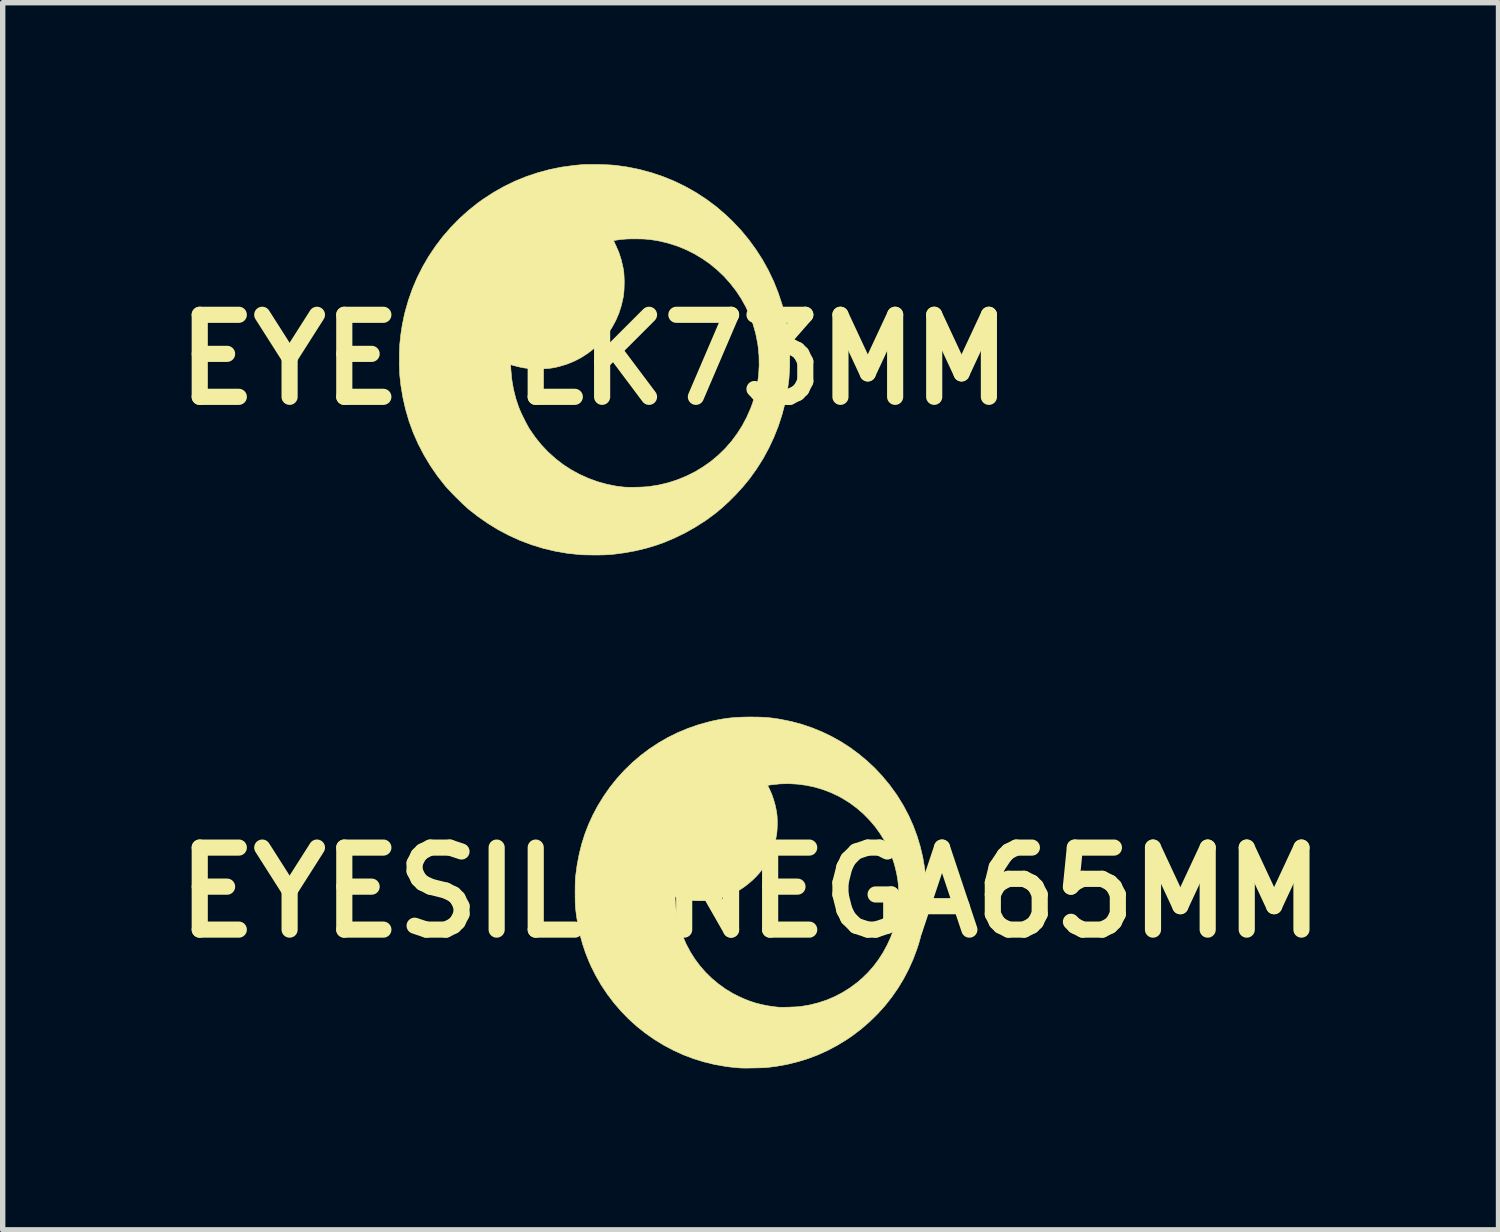
<source format=kicad_pcb>
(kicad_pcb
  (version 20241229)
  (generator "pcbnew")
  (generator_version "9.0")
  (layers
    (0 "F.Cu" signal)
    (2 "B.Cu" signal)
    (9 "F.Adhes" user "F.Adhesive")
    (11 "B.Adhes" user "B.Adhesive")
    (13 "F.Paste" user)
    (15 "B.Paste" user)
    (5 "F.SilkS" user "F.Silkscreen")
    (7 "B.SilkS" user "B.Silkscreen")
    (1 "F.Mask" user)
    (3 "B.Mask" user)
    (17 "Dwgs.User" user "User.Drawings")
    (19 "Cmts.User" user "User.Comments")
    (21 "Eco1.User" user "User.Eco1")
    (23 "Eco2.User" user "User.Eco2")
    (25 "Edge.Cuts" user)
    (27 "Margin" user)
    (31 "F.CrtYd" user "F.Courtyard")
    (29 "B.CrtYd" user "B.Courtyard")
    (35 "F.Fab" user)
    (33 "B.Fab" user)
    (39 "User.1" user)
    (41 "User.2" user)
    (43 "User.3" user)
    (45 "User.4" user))
  (footprint "EYESILKNEGA65MM"
    (layer "F.Cu")
    (at 10.893 13.529)
    (property "Reference" "EYESILKNEGA65MM" (at 0 0 0) (layer "F.SilkS") (effects (font (size 1.524 1.524) (thickness 0.3))))
    (attr through_hole)
    (fp_poly (pts (xy 0.087 -3.259) (xy 0.161 -3.258) (xy 0.227 -3.255) (xy 0.289 -3.252) (xy 0.349 -3.246) (xy 0.41 -3.239) (xy 0.474 -3.23) (xy 0.545 -3.219) (xy 0.555 -3.217) (xy 0.753 -3.177) (xy 0.948 -3.125) (xy 1.138 -3.061) (xy 1.324 -2.985) (xy 1.505 -2.898) (xy 1.68 -2.8) (xy 1.849 -2.691) (xy 2.01 -2.572) (xy 2.165 -2.443) (xy 2.312 -2.305) (xy 2.45 -2.157) (xy 2.58 -2) (xy 2.7 -1.835) (xy 2.736 -1.782) (xy 2.843 -1.606) (xy 2.938 -1.426) (xy 3.02 -1.242) (xy 3.091 -1.052) (xy 3.15 -0.857) (xy 3.198 -0.656) (xy 3.233 -0.45) (xy 3.248 -0.333) (xy 3.252 -0.291) (xy 3.255 -0.239) (xy 3.257 -0.179) (xy 3.259 -0.114) (xy 3.26 -0.046) (xy 3.26 0.024) (xy 3.26 0.091) (xy 3.259 0.155) (xy 3.257 0.213) (xy 3.255 0.262) (xy 3.251 0.3) (xy 3.234 0.442) (xy 3.213 0.575) (xy 3.188 0.701) (xy 3.158 0.823) (xy 3.124 0.945) (xy 3.094 1.038) (xy 3.022 1.232) (xy 2.939 1.419) (xy 2.844 1.601) (xy 2.739 1.775) (xy 2.623 1.942) (xy 2.497 2.102) (xy 2.361 2.253) (xy 2.215 2.396) (xy 2.06 2.531) (xy 1.896 2.656) (xy 1.788 2.73) (xy 1.615 2.836) (xy 1.439 2.93) (xy 1.257 3.013) (xy 1.071 3.084) (xy 0.879 3.143) (xy 0.681 3.192) (xy 0.477 3.229) (xy 0.31 3.25) (xy 0.288 3.252) (xy 0.256 3.254) (xy 0.215 3.255) (xy 0.167 3.257) (xy 0.116 3.258) (xy 0.062 3.259) (xy 0.008 3.26) (xy -0.044 3.261) (xy -0.092 3.261) (xy -0.134 3.261) (xy -0.168 3.26) (xy -0.191 3.259) (xy -0.196 3.259) (xy -0.258 3.254) (xy -0.309 3.249) (xy -0.354 3.244) (xy -0.393 3.24) (xy -0.431 3.235) (xy -0.467 3.23) (xy -0.667 3.195) (xy -0.865 3.147) (xy -1.06 3.087) (xy -1.25 3.015) (xy -1.436 2.93) (xy -1.617 2.834) (xy -1.787 2.73) (xy -1.955 2.612) (xy -2.115 2.485) (xy -2.267 2.347) (xy -2.409 2.201) (xy -2.542 2.046) (xy -2.665 1.883) (xy -2.778 1.713) (xy -2.88 1.536) (xy -2.971 1.353) (xy -3.002 1.282) (xy -3.067 1.119) (xy -3.122 0.953) (xy -3.169 0.783) (xy -3.207 0.607) (xy -3.236 0.422) (xy -3.251 0.3) (xy -3.254 0.269) (xy -3.256 0.226) (xy -3.258 0.175) (xy -3.259 0.118) (xy -3.259 0.079) (xy -1.403 0.079) (xy -1.403 0.097) (xy -1.402 0.116) (xy -1.401 0.145) (xy -1.398 0.181) (xy -1.395 0.22) (xy -1.392 0.259) (xy -1.388 0.296) (xy -1.385 0.325) (xy -1.383 0.339) (xy -1.354 0.502) (xy -1.313 0.659) (xy -1.26 0.812) (xy -1.196 0.96) (xy -1.121 1.101) (xy -1.036 1.236) (xy -0.94 1.364) (xy -0.835 1.484) (xy -0.72 1.596) (xy -0.597 1.699) (xy -0.465 1.794) (xy -0.325 1.878) (xy -0.221 1.931) (xy -0.114 1.979) (xy -0.009 2.02) (xy 0.097 2.054) (xy 0.207 2.082) (xy 0.322 2.105) (xy 0.447 2.123) (xy 0.512 2.13) (xy 0.534 2.131) (xy 0.566 2.132) (xy 0.607 2.132) (xy 0.653 2.131) (xy 0.703 2.13) (xy 0.753 2.128) (xy 0.803 2.126) (xy 0.848 2.124) (xy 0.887 2.122) (xy 0.917 2.119) (xy 0.926 2.118) (xy 1.093 2.09) (xy 1.254 2.05) (xy 1.41 1.999) (xy 1.56 1.935) (xy 1.705 1.86) (xy 1.844 1.773) (xy 1.978 1.674) (xy 2.077 1.589) (xy 2.184 1.484) (xy 2.285 1.369) (xy 2.378 1.245) (xy 2.462 1.114) (xy 2.536 0.977) (xy 2.601 0.837) (xy 2.653 0.694) (xy 2.671 0.633) (xy 2.698 0.532) (xy 2.719 0.437) (xy 2.734 0.344) (xy 2.743 0.248) (xy 2.749 0.147) (xy 2.75 0.055) (xy 2.75 -0.018) (xy 2.748 -0.083) (xy 2.744 -0.141) (xy 2.739 -0.196) (xy 2.731 -0.251) (xy 2.721 -0.31) (xy 2.711 -0.364) (xy 2.673 -0.52) (xy 2.623 -0.672) (xy 2.561 -0.82) (xy 2.488 -0.962) (xy 2.405 -1.097) (xy 2.311 -1.227) (xy 2.207 -1.348) (xy 2.095 -1.462) (xy 1.973 -1.568) (xy 1.843 -1.664) (xy 1.705 -1.75) (xy 1.635 -1.789) (xy 1.49 -1.857) (xy 1.34 -1.914) (xy 1.186 -1.959) (xy 1.029 -1.992) (xy 0.87 -2.013) (xy 0.709 -2.022) (xy 0.548 -2.018) (xy 0.389 -2.001) (xy 0.359 -1.997) (xy 0.316 -1.99) (xy 0.354 -1.913) (xy 0.393 -1.825) (xy 0.427 -1.727) (xy 0.456 -1.626) (xy 0.478 -1.523) (xy 0.489 -1.449) (xy 0.493 -1.406) (xy 0.495 -1.354) (xy 0.496 -1.296) (xy 0.495 -1.236) (xy 0.493 -1.179) (xy 0.489 -1.126) (xy 0.486 -1.095) (xy 0.463 -0.968) (xy 0.428 -0.842) (xy 0.381 -0.719) (xy 0.324 -0.6) (xy 0.257 -0.488) (xy 0.181 -0.383) (xy 0.167 -0.367) (xy 0.109 -0.302) (xy 0.042 -0.236) (xy -0.03 -0.173) (xy -0.103 -0.115) (xy -0.175 -0.066) (xy -0.183 -0.061) (xy -0.226 -0.036) (xy -0.276 -0.009) (xy -0.329 0.017) (xy -0.382 0.042) (xy -0.428 0.061) (xy -0.431 0.062) (xy -0.484 0.081) (xy -0.546 0.099) (xy -0.612 0.116) (xy -0.677 0.13) (xy -0.738 0.141) (xy -0.787 0.147) (xy -0.845 0.151) (xy -0.909 0.153) (xy -0.974 0.153) (xy -1.038 0.151) (xy -1.096 0.147) (xy -1.145 0.141) (xy -1.145 0.141) (xy -1.188 0.134) (xy -1.234 0.125) (xy -1.281 0.114) (xy -1.324 0.104) (xy -1.36 0.094) (xy -1.377 0.088) (xy -1.403 0.079) (xy -3.259 0.079) (xy -3.259 0.056) (xy -3.26 -0.007) (xy -3.259 -0.07) (xy -3.259 -0.131) (xy -3.257 -0.187) (xy -3.256 -0.236) (xy -3.253 -0.277) (xy -3.251 -0.3) (xy -3.223 -0.508) (xy -3.185 -0.708) (xy -3.137 -0.902) (xy -3.078 -1.088) (xy -3.008 -1.269) (xy -2.927 -1.445) (xy -2.835 -1.617) (xy -2.731 -1.785) (xy -2.731 -1.786) (xy -2.612 -1.956) (xy -2.483 -2.117) (xy -2.345 -2.269) (xy -2.199 -2.411) (xy -2.045 -2.543) (xy -1.883 -2.665) (xy -1.714 -2.777) (xy -1.539 -2.878) (xy -1.357 -2.968) (xy -1.168 -3.047) (xy -0.974 -3.115) (xy -0.775 -3.17) (xy -0.701 -3.188) (xy -0.599 -3.209) (xy -0.502 -3.226) (xy -0.408 -3.239) (xy -0.312 -3.249) (xy -0.212 -3.255) (xy -0.105 -3.259) (xy 0.003 -3.26) (xy 0.087 -3.259)) (stroke (width 0.01) (type solid)) (fill yes) (layer "F.SilkS")))
  (footprint "EYESILK73MM"
    (layer "F.Cu")
    (at 7.99 3.632)
    (property "Reference" "EYESILK73MM" (at 0 0 0) (layer "F.SilkS") (effects (font (size 1.524 1.524) (thickness 0.3))))
    (attr through_hole)
    (fp_poly (pts (xy 0.029 -3.627) (xy 0.109 -3.626) (xy 0.187 -3.623) (xy 0.261 -3.62) (xy 0.327 -3.616) (xy 0.383 -3.612) (xy 0.391 -3.611) (xy 0.622 -3.578) (xy 0.847 -3.532) (xy 1.068 -3.472) (xy 1.283 -3.399) (xy 1.493 -3.313) (xy 1.696 -3.214) (xy 1.892 -3.103) (xy 2.082 -2.979) (xy 2.264 -2.843) (xy 2.438 -2.694) (xy 2.569 -2.569) (xy 2.726 -2.403) (xy 2.871 -2.227) (xy 3.004 -2.044) (xy 3.126 -1.854) (xy 3.235 -1.657) (xy 3.332 -1.453) (xy 3.415 -1.245) (xy 3.486 -1.031) (xy 3.542 -0.813) (xy 3.585 -0.591) (xy 3.595 -0.526) (xy 3.619 -0.311) (xy 3.631 -0.092) (xy 3.629 0.127) (xy 3.616 0.346) (xy 3.589 0.561) (xy 3.551 0.771) (xy 3.545 0.798) (xy 3.488 1.016) (xy 3.419 1.23) (xy 3.336 1.439) (xy 3.241 1.642) (xy 3.134 1.839) (xy 3.015 2.027) (xy 2.886 2.207) (xy 2.875 2.221) (xy 2.759 2.362) (xy 2.633 2.5) (xy 2.501 2.633) (xy 2.365 2.757) (xy 2.235 2.864) (xy 2.061 2.991) (xy 1.877 3.108) (xy 1.687 3.216) (xy 1.491 3.311) (xy 1.293 3.395) (xy 1.158 3.443) (xy 0.969 3.5) (xy 0.773 3.548) (xy 0.572 3.585) (xy 0.371 3.612) (xy 0.265 3.621) (xy 0.218 3.624) (xy 0.16 3.626) (xy 0.095 3.627) (xy 0.024 3.627) (xy -0.047 3.627) (xy -0.117 3.626) (xy -0.181 3.625) (xy -0.236 3.623) (xy -0.272 3.62) (xy -0.5 3.596) (xy -0.725 3.557) (xy -0.946 3.505) (xy -1.163 3.438) (xy -1.375 3.359) (xy -1.582 3.265) (xy -1.784 3.159) (xy -1.98 3.039) (xy -2.17 2.906) (xy -2.33 2.781) (xy -2.365 2.75) (xy -2.408 2.711) (xy -2.456 2.666) (xy -2.508 2.615) (xy -2.561 2.563) (xy -2.614 2.51) (xy -2.663 2.459) (xy -2.708 2.411) (xy -2.746 2.37) (xy -2.772 2.34) (xy -2.917 2.155) (xy -3.048 1.964) (xy -3.166 1.767) (xy -3.271 1.565) (xy -3.363 1.357) (xy -3.441 1.144) (xy -3.505 0.925) (xy -3.556 0.702) (xy -3.594 0.473) (xy -3.614 0.287) (xy -3.616 0.246) (xy -3.618 0.193) (xy -3.62 0.132) (xy -3.62 0.092) (xy -1.555 0.092) (xy -1.55 0.185) (xy -1.533 0.368) (xy -1.502 0.548) (xy -1.457 0.726) (xy -1.407 0.874) (xy -1.388 0.923) (xy -1.363 0.981) (xy -1.333 1.044) (xy -1.301 1.108) (xy -1.269 1.171) (xy -1.238 1.229) (xy -1.21 1.278) (xy -1.201 1.292) (xy -1.098 1.441) (xy -0.985 1.581) (xy -0.861 1.712) (xy -0.727 1.833) (xy -0.586 1.943) (xy -0.436 2.041) (xy -0.283 2.125) (xy -0.116 2.201) (xy 0.052 2.263) (xy 0.223 2.311) (xy 0.398 2.347) (xy 0.541 2.365) (xy 0.577 2.368) (xy 0.625 2.369) (xy 0.682 2.37) (xy 0.744 2.369) (xy 0.808 2.368) (xy 0.871 2.366) (xy 0.93 2.363) (xy 0.983 2.359) (xy 1.023 2.355) (xy 1.204 2.326) (xy 1.381 2.283) (xy 1.552 2.227) (xy 1.716 2.159) (xy 1.874 2.08) (xy 2.025 1.988) (xy 2.169 1.886) (xy 2.304 1.773) (xy 2.43 1.65) (xy 2.546 1.518) (xy 2.652 1.376) (xy 2.748 1.226) (xy 2.832 1.067) (xy 2.905 0.901) (xy 2.939 0.81) (xy 2.99 0.639) (xy 3.028 0.464) (xy 3.052 0.285) (xy 3.062 0.105) (xy 3.059 -0.076) (xy 3.041 -0.257) (xy 3.033 -0.31) (xy 2.998 -0.486) (xy 2.95 -0.656) (xy 2.888 -0.822) (xy 2.815 -0.981) (xy 2.73 -1.134) (xy 2.634 -1.279) (xy 2.527 -1.417) (xy 2.411 -1.547) (xy 2.285 -1.667) (xy 2.151 -1.778) (xy 2.008 -1.878) (xy 1.858 -1.968) (xy 1.701 -2.046) (xy 1.537 -2.113) (xy 1.368 -2.166) (xy 1.216 -2.203) (xy 1.138 -2.217) (xy 1.067 -2.228) (xy 0.998 -2.236) (xy 0.927 -2.242) (xy 0.85 -2.244) (xy 0.766 -2.245) (xy 0.686 -2.245) (xy 0.618 -2.243) (xy 0.556 -2.239) (xy 0.498 -2.234) (xy 0.44 -2.226) (xy 0.402 -2.22) (xy 0.357 -2.212) (xy 0.399 -2.124) (xy 0.456 -1.992) (xy 0.5 -1.857) (xy 0.533 -1.714) (xy 0.542 -1.666) (xy 0.549 -1.609) (xy 0.553 -1.542) (xy 0.556 -1.469) (xy 0.555 -1.392) (xy 0.553 -1.317) (xy 0.548 -1.247) (xy 0.541 -1.186) (xy 0.538 -1.166) (xy 0.504 -1.013) (xy 0.458 -0.867) (xy 0.399 -0.729) (xy 0.327 -0.597) (xy 0.243 -0.473) (xy 0.146 -0.355) (xy 0.109 -0.317) (xy 0.001 -0.214) (xy -0.117 -0.122) (xy -0.242 -0.041) (xy -0.373 0.027) (xy -0.51 0.083) (xy -0.644 0.123) (xy -0.713 0.14) (xy -0.776 0.152) (xy -0.838 0.161) (xy -0.901 0.166) (xy -0.971 0.169) (xy -1.041 0.17) (xy -1.118 0.169) (xy -1.187 0.166) (xy -1.25 0.16) (xy -1.313 0.151) (xy -1.379 0.138) (xy -1.45 0.121) (xy -1.531 0.099) (xy -1.538 0.097) (xy -1.555 0.092) (xy -3.62 0.092) (xy -3.621 0.066) (xy -3.621 -0.004) (xy -3.621 -0.073) (xy -3.62 -0.14) (xy -3.618 -0.2) (xy -3.616 -0.251) (xy -3.614 -0.287) (xy -3.595 -0.465) (xy -3.569 -0.636) (xy -3.535 -0.805) (xy -3.515 -0.889) (xy -3.453 -1.106) (xy -3.378 -1.319) (xy -3.29 -1.525) (xy -3.189 -1.726) (xy -3.076 -1.92) (xy -2.951 -2.107) (xy -2.815 -2.286) (xy -2.667 -2.456) (xy -2.509 -2.618) (xy -2.341 -2.77) (xy -2.163 -2.912) (xy -2.065 -2.982) (xy -1.873 -3.107) (xy -1.675 -3.219) (xy -1.471 -3.318) (xy -1.262 -3.403) (xy -1.046 -3.475) (xy -0.826 -3.534) (xy -0.601 -3.579) (xy -0.371 -3.61) (xy -0.243 -3.622) (xy -0.189 -3.625) (xy -0.123 -3.627) (xy -0.05 -3.627) (xy 0.029 -3.627)) (stroke (width 0.01) (type solid)) (fill yes) (layer "F.SilkS")))
  (gr_rect
    (start -3 -3)
    (end 24.786 19.795)
    (stroke (width 0.1) (type default))
    (fill no)
    (layer "Edge.Cuts")))
</source>
